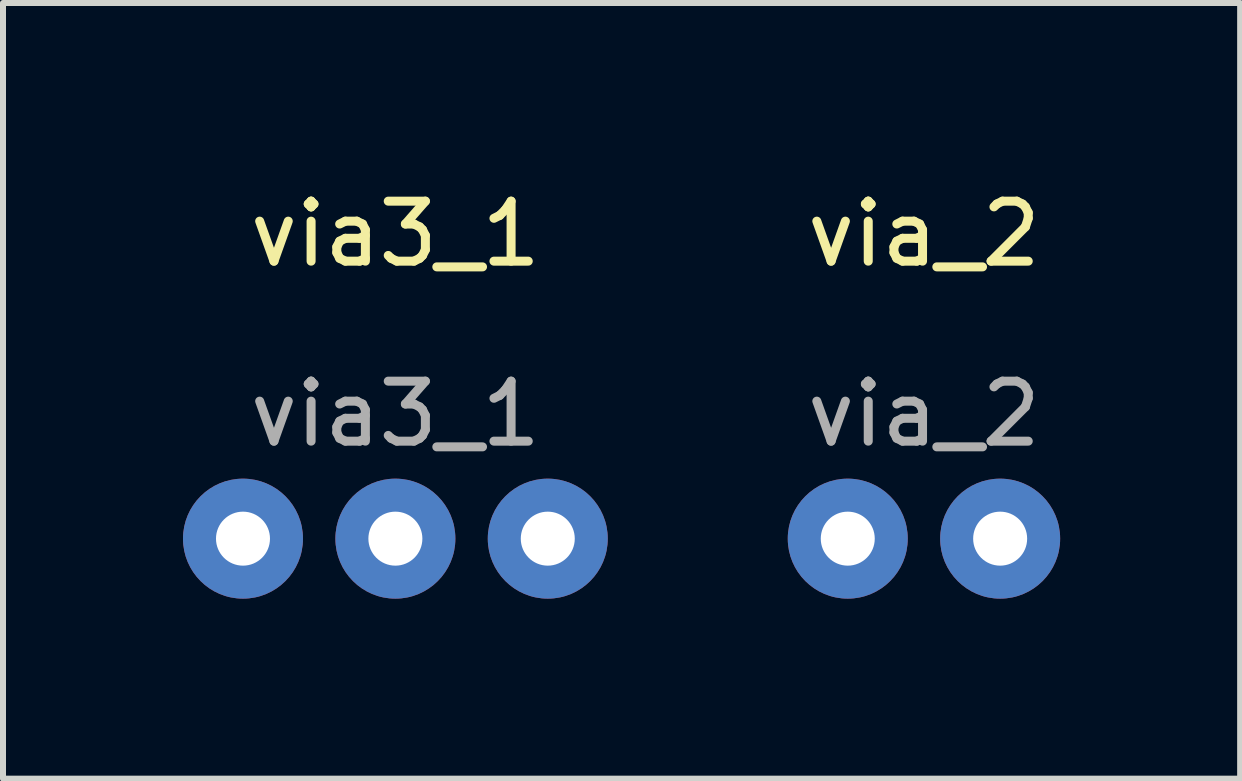
<source format=kicad_pcb>
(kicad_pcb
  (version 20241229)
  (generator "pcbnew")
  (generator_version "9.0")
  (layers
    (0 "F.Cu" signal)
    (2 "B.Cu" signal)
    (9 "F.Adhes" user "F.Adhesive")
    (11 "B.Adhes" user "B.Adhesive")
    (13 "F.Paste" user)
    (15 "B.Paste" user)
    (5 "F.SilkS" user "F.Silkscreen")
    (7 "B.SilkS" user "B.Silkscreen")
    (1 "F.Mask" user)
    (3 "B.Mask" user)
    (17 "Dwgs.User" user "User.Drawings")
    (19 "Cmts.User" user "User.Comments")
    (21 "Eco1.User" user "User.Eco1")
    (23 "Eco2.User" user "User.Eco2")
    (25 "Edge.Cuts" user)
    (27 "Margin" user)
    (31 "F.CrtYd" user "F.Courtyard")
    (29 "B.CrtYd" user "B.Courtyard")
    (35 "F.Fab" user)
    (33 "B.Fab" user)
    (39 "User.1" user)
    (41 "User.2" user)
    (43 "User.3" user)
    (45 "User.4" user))
  (footprint "via3_1"
    (layer "F.Cu")
    (at 3.54 5.928)
    (property "Reference" "via3_1" (at 0 -5.08 0) (unlocked yes) (layer "F.SilkS") (effects (font (size 1 1) (thickness 0.15))))
    (attr through_hole)
    (fp_text user "${REFERENCE}" (at 0 -2.08 0) (unlocked yes) (layer "F.Fab") (effects (font (size 1 1) (thickness 0.15))))
    (pad "1" thru_hole circle (at -2.54 0) (size 2 2) (drill 0.9) (layers "*.Cu" "*.Mask"))
    (pad "2" thru_hole circle (at 0 0) (size 2 2) (drill 0.9) (layers "*.Cu" "*.Mask"))
    (pad "3" thru_hole circle (at 2.54 0) (size 2 2) (drill 0.9) (layers "*.Cu" "*.Mask")))
  (footprint "via_2"
    (layer "F.Cu")
    (at 12.35 5.928)
    (property "Reference" "via_2" (at 0 -5.08 0) (unlocked yes) (layer "F.SilkS") (effects (font (size 1 1) (thickness 0.15))))
    (attr through_hole)
    (fp_text user "${REFERENCE}" (at 0 -2.08 0) (unlocked yes) (layer "F.Fab") (effects (font (size 1 1) (thickness 0.15))))
    (pad "1" thru_hole circle (at -1.27 0) (size 2 2) (drill 0.9) (layers "*.Cu" "*.Mask"))
    (pad "2" thru_hole circle (at 1.27 0) (size 2 2) (drill 0.9) (layers "*.Cu" "*.Mask")))
  (gr_rect
    (start -3 -3)
    (end 17.62 9.928)
    (stroke (width 0.1) (type default))
    (fill no)
    (layer "Edge.Cuts")))
</source>
